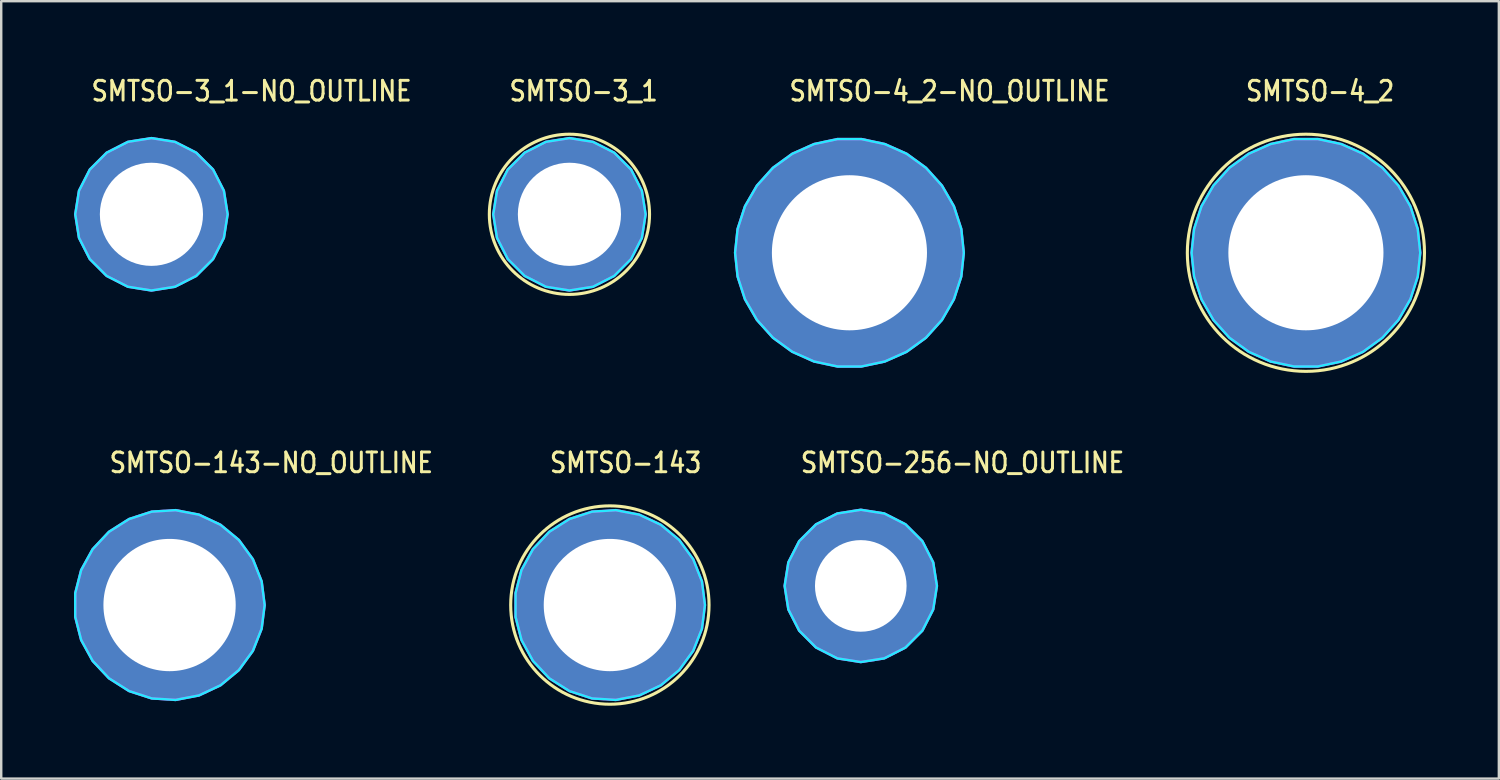
<source format=kicad_pcb>
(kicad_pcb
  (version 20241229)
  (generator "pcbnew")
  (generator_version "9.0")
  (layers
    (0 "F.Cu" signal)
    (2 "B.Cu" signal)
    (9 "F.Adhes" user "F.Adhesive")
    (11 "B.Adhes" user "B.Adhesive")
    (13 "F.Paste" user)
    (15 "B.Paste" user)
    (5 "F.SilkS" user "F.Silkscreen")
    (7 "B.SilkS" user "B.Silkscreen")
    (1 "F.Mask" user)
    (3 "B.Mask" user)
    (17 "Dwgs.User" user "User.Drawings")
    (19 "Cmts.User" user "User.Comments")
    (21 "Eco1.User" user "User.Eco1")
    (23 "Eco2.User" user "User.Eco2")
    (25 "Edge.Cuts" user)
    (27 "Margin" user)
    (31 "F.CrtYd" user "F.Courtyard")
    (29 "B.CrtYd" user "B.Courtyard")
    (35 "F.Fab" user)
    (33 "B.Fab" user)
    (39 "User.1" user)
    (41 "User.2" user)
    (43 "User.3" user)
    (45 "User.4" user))
  (footprint "SMTSO-4_2-NO_OUTLINE"
    (layer "F.Cu")
    (at 31.946 7.364)
    (property "Reference" "SMTSO-4_2-NO_OUTLINE" (at -2.54 -6.185 0) (unlocked yes) (layer "F.SilkS") (effects (font (size 0.813 0.695) (thickness 0.122)) (justify left bottom)))
    (fp_poly (pts (xy -4.577 -0.538) (xy 4.577 -0.538) (xy 3.227 -0.538) (xy -3.227 -0.538)) (stroke (width 0.076) (type solid)) (fill yes) (layer "F.Paste"))
    (fp_poly (pts (xy 4.577 0.538) (xy -4.577 0.538) (xy -3.227 0.538) (xy 3.227 0.538)) (stroke (width 0.076) (type solid)) (fill yes) (layer "F.Paste"))
    (fp_poly (pts (xy 4.711 0) (xy 4.608 -0.979) (xy 4.304 -1.916) (xy 3.811 -2.769) (xy 3.152 -3.501) (xy 2.355 -4.08) (xy 1.456 -4.48) (xy 0.492 -4.685) (xy -0.492 -4.685) (xy -1.456 -4.48) (xy -2.355 -4.08) (xy -3.152 -3.501) (xy -3.811 -2.769) (xy -4.304 -1.916) (xy -4.608 -0.979) (xy -4.711 0) (xy -4.608 0.979) (xy -4.304 1.916) (xy -3.811 2.769) (xy -3.152 3.501) (xy -2.355 4.08) (xy -1.456 4.48) (xy -0.492 4.685) (xy 0.492 4.685) (xy 1.456 4.48) (xy 2.355 4.08) (xy 3.152 3.501) (xy 3.811 2.769) (xy 4.304 1.916) (xy 4.608 0.979)) (stroke (width 0.1) (type solid)) (fill no) (layer "B.CrtYd"))
    (fp_poly (pts (xy 4.711 0) (xy 4.608 -0.979) (xy 4.304 -1.916) (xy 3.811 -2.769) (xy 3.152 -3.501) (xy 2.355 -4.08) (xy 1.456 -4.48) (xy 0.492 -4.685) (xy -0.492 -4.685) (xy -1.456 -4.48) (xy -2.355 -4.08) (xy -3.152 -3.501) (xy -3.811 -2.769) (xy -4.304 -1.916) (xy -4.608 -0.979) (xy -4.711 0) (xy -4.608 0.979) (xy -4.304 1.916) (xy -3.811 2.769) (xy -3.152 3.501) (xy -2.355 4.08) (xy -1.456 4.48) (xy -0.492 4.685) (xy 0.492 4.685) (xy 1.456 4.48) (xy 2.355 4.08) (xy 3.152 3.501) (xy 3.811 2.769) (xy 4.304 1.916) (xy 4.608 0.979)) (stroke (width 0.1) (type solid)) (fill no) (layer "F.CrtYd"))
    (pad "1" thru_hole oval (at 0 0) (size 9.37 9.37) (drill 6.39) (layers "*.Cu" "*.Mask")))
  (footprint "SMTSO-3_1"
    (layer "F.Cu")
    (at 20.41 5.779)
    (property "Reference" "SMTSO-3_1" (at -2.54 -4.6 0) (unlocked yes) (layer "F.SilkS") (effects (font (size 0.813 0.695) (thickness 0.122)) (justify left bottom)))
    (fp_circle (center 0 0) (end 3.3 0) (stroke (width 0.127) (type solid)) (fill no) (layer "F.SilkS"))
    (fp_poly (pts (xy -2.976 -0.538) (xy 2.976 -0.538) (xy 2.134 -0.538) (xy -2.134 -0.538)) (stroke (width 0.076) (type solid)) (fill yes) (layer "F.Paste"))
    (fp_poly (pts (xy 2.976 0.538) (xy -2.976 0.538) (xy -2.134 0.538) (xy 2.134 0.538)) (stroke (width 0.076) (type solid)) (fill yes) (layer "F.Paste"))
    (fp_poly (pts (xy 3.139 0) (xy 2.985 -0.97) (xy 2.539 -1.845) (xy 1.845 -2.539) (xy 0.97 -2.985) (xy 0 -3.139) (xy -0.97 -2.985) (xy -1.845 -2.539) (xy -2.539 -1.845) (xy -2.985 -0.97) (xy -3.139 0) (xy -2.985 0.97) (xy -2.539 1.845) (xy -1.845 2.539) (xy -0.97 2.985) (xy 0 3.139) (xy 0.97 2.985) (xy 1.845 2.539) (xy 2.539 1.845) (xy 2.985 0.97)) (stroke (width 0.1) (type solid)) (fill no) (layer "B.CrtYd"))
    (fp_poly (pts (xy 3.139 0) (xy 2.985 -0.97) (xy 2.539 -1.845) (xy 1.845 -2.539) (xy 0.97 -2.985) (xy 0 -3.139) (xy -0.97 -2.985) (xy -1.845 -2.539) (xy -2.539 -1.845) (xy -2.985 -0.97) (xy -3.139 0) (xy -2.985 0.97) (xy -2.539 1.845) (xy -1.845 2.539) (xy -0.97 2.985) (xy 0 3.139) (xy 0.97 2.985) (xy 1.845 2.539) (xy 2.539 1.845) (xy 2.985 0.97)) (stroke (width 0.1) (type solid)) (fill no) (layer "F.CrtYd"))
    (pad "1" thru_hole oval (at 0 0) (size 6.2 6.2) (drill 4.25) (layers "*.Cu" "*.Mask")))
  (footprint "SMTSO-143"
    (layer "F.Cu")
    (at 22.076 21.877)
    (property "Reference" "SMTSO-143" (at -2.54 -5.386 0) (unlocked yes) (layer "F.SilkS") (effects (font (size 0.813 0.695) (thickness 0.122)) (justify left bottom)))
    (fp_circle (center 0 0) (end 4.086 0) (stroke (width 0.127) (type solid)) (fill no) (layer "F.SilkS"))
    (fp_poly (pts (xy -3.772 -0.538) (xy -0.538 -3.772) (xy -0.538 -2.749) (xy -2.749 -0.538)) (stroke (width 0.076) (type solid)) (fill yes) (layer "F.Paste"))
    (fp_poly (pts (xy -0.538 3.772) (xy -3.772 0.538) (xy -2.749 0.538) (xy -0.538 2.749)) (stroke (width 0.076) (type solid)) (fill yes) (layer "F.Paste"))
    (fp_poly (pts (xy 0.538 -3.772) (xy 3.772 -0.538) (xy 2.749 -0.538) (xy 0.538 -2.749)) (stroke (width 0.076) (type solid)) (fill yes) (layer "F.Paste"))
    (fp_poly (pts (xy 3.772 0.538) (xy 0.538 3.772) (xy 0.538 2.749) (xy 2.749 0.538)) (stroke (width 0.076) (type solid)) (fill yes) (layer "F.Paste"))
    (fp_poly (pts (xy 3.917 0) (xy 3.794 -0.974) (xy 3.433 -1.887) (xy 2.855 -2.681) (xy 2.099 -3.307) (xy 1.21 -3.725) (xy 0.246 -3.909) (xy -0.734 -3.848) (xy -1.668 -3.544) (xy -2.497 -3.018) (xy -3.169 -2.302) (xy -3.642 -1.442) (xy -3.886 -0.491) (xy -3.886 0.491) (xy -3.642 1.442) (xy -3.169 2.302) (xy -2.497 3.018) (xy -1.668 3.544) (xy -0.734 3.848) (xy 0.246 3.909) (xy 1.21 3.725) (xy 2.099 3.307) (xy 2.855 2.681) (xy 3.433 1.887) (xy 3.794 0.974)) (stroke (width 0.1) (type solid)) (fill no) (layer "B.CrtYd"))
    (fp_poly (pts (xy 3.917 0) (xy 3.794 -0.974) (xy 3.433 -1.887) (xy 2.855 -2.681) (xy 2.099 -3.307) (xy 1.21 -3.725) (xy 0.246 -3.909) (xy -0.734 -3.848) (xy -1.668 -3.544) (xy -2.497 -3.018) (xy -3.169 -2.302) (xy -3.642 -1.442) (xy -3.886 -0.491) (xy -3.886 0.491) (xy -3.642 1.442) (xy -3.169 2.302) (xy -2.497 3.018) (xy -1.668 3.544) (xy -0.734 3.848) (xy 0.246 3.909) (xy 1.21 3.725) (xy 2.099 3.307) (xy 2.855 2.681) (xy 3.433 1.887) (xy 3.794 0.974)) (stroke (width 0.1) (type solid)) (fill no) (layer "F.CrtYd"))
    (pad "1" thru_hole oval (at 0 0) (size 7.772 7.772) (drill 5.45) (layers "*.Cu" "*.Mask")))
  (footprint "SMTSO-256-NO_OUTLINE"
    (layer "F.Cu")
    (at 32.413 21.089)
    (property "Reference" "SMTSO-256-NO_OUTLINE" (at -2.54 -4.599 0) (unlocked yes) (layer "F.SilkS") (effects (font (size 0.813 0.695) (thickness 0.122)) (justify left bottom)))
    (fp_poly (pts (xy -2.974 -0.538) (xy 2.974 -0.538) (xy 1.888 -0.538) (xy -1.888 -0.538)) (stroke (width 0.076) (type solid)) (fill yes) (layer "F.Paste"))
    (fp_poly (pts (xy 2.974 0.538) (xy -2.974 0.538) (xy -1.888 0.538) (xy 1.888 0.538)) (stroke (width 0.076) (type solid)) (fill yes) (layer "F.Paste"))
    (fp_poly (pts (xy 3.137 0) (xy 2.984 -0.97) (xy 2.538 -1.844) (xy 1.844 -2.538) (xy 0.97 -2.984) (xy 0 -3.137) (xy -0.97 -2.984) (xy -1.844 -2.538) (xy -2.538 -1.844) (xy -2.984 -0.97) (xy -3.137 0) (xy -2.984 0.97) (xy -2.538 1.844) (xy -1.844 2.538) (xy -0.97 2.984) (xy 0 3.137) (xy 0.97 2.984) (xy 1.844 2.538) (xy 2.538 1.844) (xy 2.984 0.97)) (stroke (width 0.1) (type solid)) (fill no) (layer "B.CrtYd"))
    (fp_poly (pts (xy 3.137 0) (xy 2.984 -0.97) (xy 2.538 -1.844) (xy 1.844 -2.538) (xy 0.97 -2.984) (xy 0 -3.137) (xy -0.97 -2.984) (xy -1.844 -2.538) (xy -2.538 -1.844) (xy -2.984 -0.97) (xy -3.137 0) (xy -2.984 0.97) (xy -2.538 1.844) (xy -1.844 2.538) (xy -0.97 2.984) (xy 0 3.137) (xy 0.97 2.984) (xy 1.844 2.538) (xy 2.538 1.844) (xy 2.984 0.97)) (stroke (width 0.1) (type solid)) (fill no) (layer "F.CrtYd"))
    (pad "1" thru_hole oval (at 0 0) (size 6.198 6.198) (drill 3.774) (layers "*.Cu" "*.Mask")))
  (footprint "SMTSO-143-NO_OUTLINE"
    (layer "F.Cu")
    (at 3.936 21.877)
    (property "Reference" "SMTSO-143-NO_OUTLINE" (at -2.54 -5.386 0) (unlocked yes) (layer "F.SilkS") (effects (font (size 0.813 0.695) (thickness 0.122)) (justify left bottom)))
    (fp_poly (pts (xy -3.772 -0.538) (xy 3.772 -0.538) (xy 2.749 -0.538) (xy -2.749 -0.538)) (stroke (width 0.076) (type solid)) (fill yes) (layer "F.Paste"))
    (fp_poly (pts (xy 3.772 0.538) (xy -3.772 0.538) (xy -2.749 0.538) (xy 2.749 0.538)) (stroke (width 0.076) (type solid)) (fill yes) (layer "F.Paste"))
    (fp_poly (pts (xy 3.917 0) (xy 3.794 -0.974) (xy 3.433 -1.887) (xy 2.855 -2.681) (xy 2.099 -3.307) (xy 1.21 -3.725) (xy 0.246 -3.909) (xy -0.734 -3.848) (xy -1.668 -3.544) (xy -2.497 -3.018) (xy -3.169 -2.302) (xy -3.642 -1.442) (xy -3.886 -0.491) (xy -3.886 0.491) (xy -3.642 1.442) (xy -3.169 2.302) (xy -2.497 3.018) (xy -1.668 3.544) (xy -0.734 3.848) (xy 0.246 3.909) (xy 1.21 3.725) (xy 2.099 3.307) (xy 2.855 2.681) (xy 3.433 1.887) (xy 3.794 0.974)) (stroke (width 0.1) (type solid)) (fill no) (layer "B.CrtYd"))
    (fp_poly (pts (xy 3.917 0) (xy 3.794 -0.974) (xy 3.433 -1.887) (xy 2.855 -2.681) (xy 2.099 -3.307) (xy 1.21 -3.725) (xy 0.246 -3.909) (xy -0.734 -3.848) (xy -1.668 -3.544) (xy -2.497 -3.018) (xy -3.169 -2.302) (xy -3.642 -1.442) (xy -3.886 -0.491) (xy -3.886 0.491) (xy -3.642 1.442) (xy -3.169 2.302) (xy -2.497 3.018) (xy -1.668 3.544) (xy -0.734 3.848) (xy 0.246 3.909) (xy 1.21 3.725) (xy 2.099 3.307) (xy 2.855 2.681) (xy 3.433 1.887) (xy 3.794 0.974)) (stroke (width 0.1) (type solid)) (fill no) (layer "F.CrtYd"))
    (pad "1" thru_hole oval (at 0 0) (size 7.772 7.772) (drill 5.45) (layers "*.Cu" "*.Mask")))
  (footprint "SMTSO-4_2"
    (layer "F.Cu")
    (at 50.752 7.364)
    (property "Reference" "SMTSO-4_2" (at -2.54 -6.185 0) (unlocked yes) (layer "F.SilkS") (effects (font (size 0.813 0.695) (thickness 0.122)) (justify left bottom)))
    (fp_circle (center 0 0) (end 4.885 0) (stroke (width 0.127) (type solid)) (fill no) (layer "F.SilkS"))
    (fp_poly (pts (xy -4.577 -0.538) (xy -0.538 -4.577) (xy -0.538 -3.227) (xy -3.227 -0.538)) (stroke (width 0.076) (type solid)) (fill yes) (layer "F.Paste"))
    (fp_poly (pts (xy -0.538 4.577) (xy -4.577 0.538) (xy -3.227 0.538) (xy -0.538 3.227)) (stroke (width 0.076) (type solid)) (fill yes) (layer "F.Paste"))
    (fp_poly (pts (xy 0.538 -4.577) (xy 4.577 -0.538) (xy 3.227 -0.538) (xy 0.538 -3.227)) (stroke (width 0.076) (type solid)) (fill yes) (layer "F.Paste"))
    (fp_poly (pts (xy 4.577 0.538) (xy 0.538 4.577) (xy 0.538 3.227) (xy 3.227 0.538)) (stroke (width 0.076) (type solid)) (fill yes) (layer "F.Paste"))
    (fp_poly (pts (xy 4.711 0) (xy 4.608 -0.979) (xy 4.304 -1.916) (xy 3.811 -2.769) (xy 3.152 -3.501) (xy 2.355 -4.08) (xy 1.456 -4.48) (xy 0.492 -4.685) (xy -0.492 -4.685) (xy -1.456 -4.48) (xy -2.355 -4.08) (xy -3.152 -3.501) (xy -3.811 -2.769) (xy -4.304 -1.916) (xy -4.608 -0.979) (xy -4.711 0) (xy -4.608 0.979) (xy -4.304 1.916) (xy -3.811 2.769) (xy -3.152 3.501) (xy -2.355 4.08) (xy -1.456 4.48) (xy -0.492 4.685) (xy 0.492 4.685) (xy 1.456 4.48) (xy 2.355 4.08) (xy 3.152 3.501) (xy 3.811 2.769) (xy 4.304 1.916) (xy 4.608 0.979)) (stroke (width 0.1) (type solid)) (fill no) (layer "B.CrtYd"))
    (fp_poly (pts (xy 4.711 0) (xy 4.608 -0.979) (xy 4.304 -1.916) (xy 3.811 -2.769) (xy 3.152 -3.501) (xy 2.355 -4.08) (xy 1.456 -4.48) (xy 0.492 -4.685) (xy -0.492 -4.685) (xy -1.456 -4.48) (xy -2.355 -4.08) (xy -3.152 -3.501) (xy -3.811 -2.769) (xy -4.304 -1.916) (xy -4.608 -0.979) (xy -4.711 0) (xy -4.608 0.979) (xy -4.304 1.916) (xy -3.811 2.769) (xy -3.152 3.501) (xy -2.355 4.08) (xy -1.456 4.48) (xy -0.492 4.685) (xy 0.492 4.685) (xy 1.456 4.48) (xy 2.355 4.08) (xy 3.152 3.501) (xy 3.811 2.769) (xy 4.304 1.916) (xy 4.608 0.979)) (stroke (width 0.1) (type solid)) (fill no) (layer "F.CrtYd"))
    (pad "1" thru_hole oval (at 0 0) (size 9.37 9.37) (drill 6.39) (layers "*.Cu" "*.Mask")))
  (footprint "SMTSO-3_1-NO_OUTLINE"
    (layer "F.Cu")
    (at 3.189 5.779)
    (property "Reference" "SMTSO-3_1-NO_OUTLINE" (at -2.54 -4.6 0) (unlocked yes) (layer "F.SilkS") (effects (font (size 0.813 0.695) (thickness 0.122)) (justify left bottom)))
    (fp_poly (pts (xy -2.976 -0.538) (xy 2.976 -0.538) (xy 2.134 -0.538) (xy -2.134 -0.538)) (stroke (width 0.076) (type solid)) (fill yes) (layer "F.Paste"))
    (fp_poly (pts (xy 2.976 0.538) (xy -2.976 0.538) (xy -2.134 0.538) (xy 2.134 0.538)) (stroke (width 0.076) (type solid)) (fill yes) (layer "F.Paste"))
    (fp_poly (pts (xy 3.139 0) (xy 2.985 -0.97) (xy 2.539 -1.845) (xy 1.845 -2.539) (xy 0.97 -2.985) (xy 0 -3.139) (xy -0.97 -2.985) (xy -1.845 -2.539) (xy -2.539 -1.845) (xy -2.985 -0.97) (xy -3.139 0) (xy -2.985 0.97) (xy -2.539 1.845) (xy -1.845 2.539) (xy -0.97 2.985) (xy 0 3.139) (xy 0.97 2.985) (xy 1.845 2.539) (xy 2.539 1.845) (xy 2.985 0.97)) (stroke (width 0.1) (type solid)) (fill no) (layer "B.CrtYd"))
    (fp_poly (pts (xy 3.139 0) (xy 2.985 -0.97) (xy 2.539 -1.845) (xy 1.845 -2.539) (xy 0.97 -2.985) (xy 0 -3.139) (xy -0.97 -2.985) (xy -1.845 -2.539) (xy -2.539 -1.845) (xy -2.985 -0.97) (xy -3.139 0) (xy -2.985 0.97) (xy -2.539 1.845) (xy -1.845 2.539) (xy -0.97 2.985) (xy 0 3.139) (xy 0.97 2.985) (xy 1.845 2.539) (xy 2.539 1.845) (xy 2.985 0.97)) (stroke (width 0.1) (type solid)) (fill no) (layer "F.CrtYd"))
    (pad "1" thru_hole oval (at 0 0) (size 6.2 6.2) (drill 4.25) (layers "*.Cu" "*.Mask")))
  (gr_rect
    (start -3 -3)
    (end 58.701 29.027)
    (stroke (width 0.1) (type default))
    (fill no)
    (layer "Edge.Cuts")))
</source>
